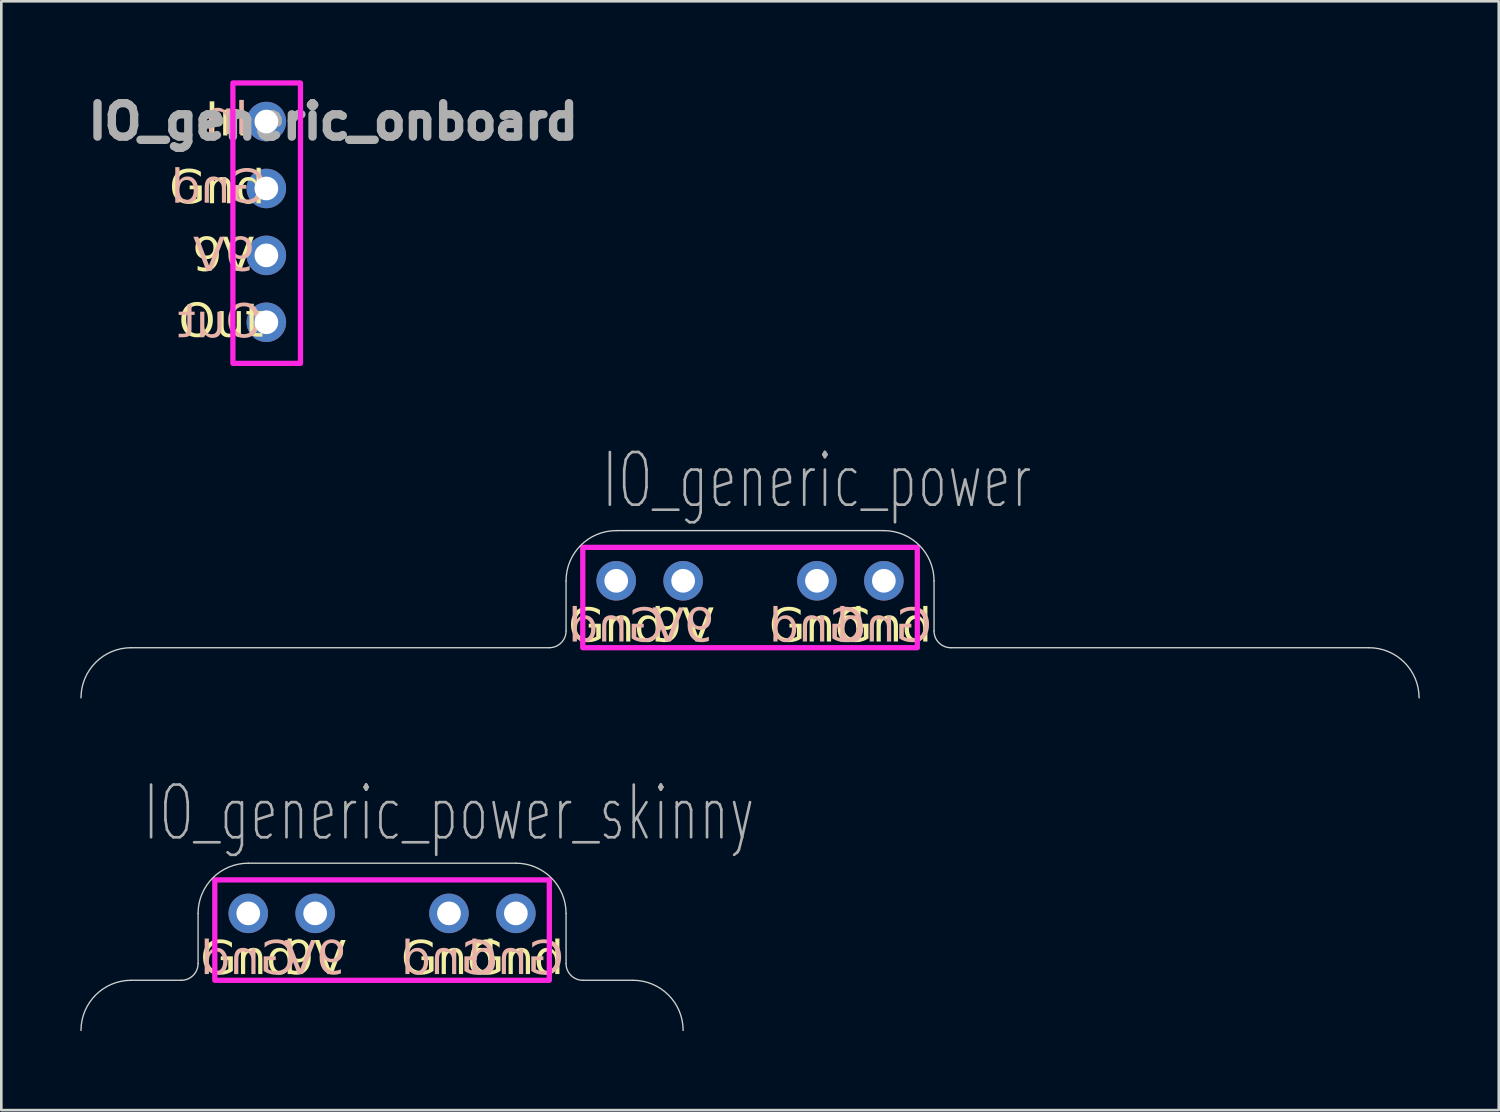
<source format=kicad_pcb>
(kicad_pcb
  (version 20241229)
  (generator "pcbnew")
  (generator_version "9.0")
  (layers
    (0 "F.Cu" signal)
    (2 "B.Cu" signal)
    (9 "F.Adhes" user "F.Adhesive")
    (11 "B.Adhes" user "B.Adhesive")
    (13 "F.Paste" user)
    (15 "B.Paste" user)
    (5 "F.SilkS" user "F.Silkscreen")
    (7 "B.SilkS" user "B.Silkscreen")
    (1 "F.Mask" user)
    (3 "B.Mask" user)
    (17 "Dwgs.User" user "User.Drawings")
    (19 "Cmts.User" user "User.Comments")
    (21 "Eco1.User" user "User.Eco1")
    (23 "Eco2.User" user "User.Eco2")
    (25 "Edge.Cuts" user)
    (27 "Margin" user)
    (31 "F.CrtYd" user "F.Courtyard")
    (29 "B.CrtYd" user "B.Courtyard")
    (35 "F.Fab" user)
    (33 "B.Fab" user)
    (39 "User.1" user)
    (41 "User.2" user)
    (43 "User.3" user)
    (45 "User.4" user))
  (footprint "IO_generic_power_skinny"
    (layer "F.Cu")
    (at 11.455 31.626)
    (property "Reference" "IO_generic_power_skinny" (at 2.54 -3.81 0) (unlocked yes) (layer "F.Fab") (effects (font (size 2 1.27) (thickness 0.1))))
    (attr through_hole)
    (fp_line (start -7.62 2.54) (end -9.525 2.54) (stroke (width 0.05) (type default)) (layer "Edge.Cuts"))
    (fp_line (start -6.985 0) (end -6.985 1.905) (stroke (width 0.05) (type default)) (layer "Edge.Cuts"))
    (fp_line (start 5.08 -1.905) (end -5.08 -1.905) (stroke (width 0.05) (type default)) (layer "Edge.Cuts"))
    (fp_line (start 6.985 1.905) (end 6.985 0) (stroke (width 0.05) (type default)) (layer "Edge.Cuts"))
    (fp_line (start 9.525 2.54) (end 7.62 2.54) (stroke (width 0.05) (type default)) (layer "Edge.Cuts"))
    (fp_arc (start -11.43 4.445) (mid -10.872038 3.097962) (end -9.525 2.54) (stroke (width 0.05) (type default)) (layer "Edge.Cuts"))
    (fp_arc (start -6.985 0) (mid -6.427038 -1.347038) (end -5.08 -1.905) (stroke (width 0.05) (type default)) (layer "Edge.Cuts"))
    (fp_arc (start -6.985 1.905) (mid -7.170987 2.354013) (end -7.62 2.54) (stroke (width 0.05) (type default)) (layer "Edge.Cuts"))
    (fp_arc (start 5.08 -1.905) (mid 6.427038 -1.347038) (end 6.985 0) (stroke (width 0.05) (type default)) (layer "Edge.Cuts"))
    (fp_arc (start 7.62 2.54) (mid 7.170987 2.354013) (end 6.985 1.905) (stroke (width 0.05) (type default)) (layer "Edge.Cuts"))
    (fp_arc (start 9.525 2.54) (mid 10.872038 3.097962) (end 11.43 4.445) (stroke (width 0.05) (type default)) (layer "Edge.Cuts"))
    (fp_rect (start -6.35 -1.27) (end 6.35 2.54) (stroke (width 0.2) (type default)) (fill no) (layer "F.CrtYd"))
    (fp_text user "9V" (at -2.54 1.778 0) (unlocked yes) (layer "F.SilkS") (effects (font (face "Milk Run") (size 1.27 1.27) (thickness 0.15))))
    (fp_text user "Gnd" (at 2.54 1.778 0) (unlocked yes) (layer "F.SilkS") (effects (font (face "Milk Run") (size 1.27 1.27) (thickness 0.15))))
    (fp_text user "Gnd" (at -5.08 1.778 0) (unlocked yes) (layer "F.SilkS") (effects (font (face "Milk Run") (size 1.27 1.27) (thickness 0.15))))
    (fp_text user "Gnd" (at 5.08 1.778 0) (unlocked yes) (layer "F.SilkS") (effects (font (face "Milk Run") (size 1.27 1.27) (thickness 0.15))))
    (fp_text user "9V" (at -2.54 1.778 0) (unlocked yes) (layer "B.SilkS") (effects (font (face "Milk Run") (size 1.27 1.27) (thickness 0.15)) (justify mirror)))
    (fp_text user "Gnd" (at 5.08 1.778 0) (unlocked yes) (layer "B.SilkS") (effects (font (face "Milk Run") (size 1.27 1.27) (thickness 0.15)) (justify mirror)))
    (fp_text user "Gnd" (at 2.54 1.778 0) (unlocked yes) (layer "B.SilkS") (effects (font (face "Milk Run") (size 1.27 1.27) (thickness 0.15)) (justify mirror)))
    (fp_text user "Gnd" (at -5.08 1.778 0) (unlocked yes) (layer "B.SilkS") (effects (font (face "Milk Run") (size 1.27 1.27) (thickness 0.15)) (justify mirror)))
    (pad "1" thru_hole circle (at -2.54 0) (size 1.5 1.5) (drill 0.9) (layers "*.Cu" "*.Mask"))
    (pad "2" thru_hole circle (at -5.08 0) (size 1.5 1.5) (drill 0.9) (layers "*.Cu" "*.Mask"))
    (pad "2" thru_hole circle (at 2.54 0) (size 1.5 1.5) (drill 0.9) (layers "*.Cu" "*.Mask"))
    (pad "2" thru_hole circle (at 5.08 0) (size 1.5 1.5) (drill 0.9) (layers "*.Cu" "*.Mask")))
  (footprint "IO_generic_power"
    (layer "F.Cu")
    (at 25.425 19)
    (property "Reference" "IO_generic_power" (at 2.54 -3.81 0) (unlocked yes) (layer "F.Fab") (effects (font (size 2 1.27) (thickness 0.1))))
    (attr through_hole)
    (fp_line (start -7.62 2.54) (end -23.495 2.54) (stroke (width 0.05) (type default)) (layer "Edge.Cuts"))
    (fp_line (start -6.985 0) (end -6.985 1.905) (stroke (width 0.05) (type default)) (layer "Edge.Cuts"))
    (fp_line (start 5.08 -1.905) (end -5.08 -1.905) (stroke (width 0.05) (type default)) (layer "Edge.Cuts"))
    (fp_line (start 6.985 1.905) (end 6.985 0) (stroke (width 0.05) (type default)) (layer "Edge.Cuts"))
    (fp_line (start 23.495 2.54) (end 7.62 2.54) (stroke (width 0.05) (type default)) (layer "Edge.Cuts"))
    (fp_arc (start -25.4 4.445) (mid -24.842038 3.097962) (end -23.495 2.54) (stroke (width 0.05) (type default)) (layer "Edge.Cuts"))
    (fp_arc (start -6.985 0) (mid -6.427038 -1.347038) (end -5.08 -1.905) (stroke (width 0.05) (type default)) (layer "Edge.Cuts"))
    (fp_arc (start -6.985 1.905) (mid -7.170987 2.354013) (end -7.62 2.54) (stroke (width 0.05) (type default)) (layer "Edge.Cuts"))
    (fp_arc (start 5.08 -1.905) (mid 6.427038 -1.347038) (end 6.985 0) (stroke (width 0.05) (type default)) (layer "Edge.Cuts"))
    (fp_arc (start 7.62 2.54) (mid 7.170987 2.354013) (end 6.985 1.905) (stroke (width 0.05) (type default)) (layer "Edge.Cuts"))
    (fp_arc (start 23.495 2.54) (mid 24.842038 3.097962) (end 25.4 4.445) (stroke (width 0.05) (type default)) (layer "Edge.Cuts"))
    (fp_rect (start -6.35 -1.27) (end 6.35 2.54) (stroke (width 0.2) (type default)) (fill no) (layer "F.CrtYd"))
    (fp_text user "Gnd" (at 5.08 1.778 0) (unlocked yes) (layer "F.SilkS") (effects (font (face "Milk Run") (size 1.27 1.27) (thickness 0.15))))
    (fp_text user "9V" (at -2.54 1.778 0) (unlocked yes) (layer "F.SilkS") (effects (font (face "Milk Run") (size 1.27 1.27) (thickness 0.15))))
    (fp_text user "Gnd" (at -5.08 1.778 0) (unlocked yes) (layer "F.SilkS") (effects (font (face "Milk Run") (size 1.27 1.27) (thickness 0.15))))
    (fp_text user "Gnd" (at 2.54 1.778 0) (unlocked yes) (layer "F.SilkS") (effects (font (face "Milk Run") (size 1.27 1.27) (thickness 0.15))))
    (fp_text user "Gnd" (at 2.54 1.778 0) (unlocked yes) (layer "B.SilkS") (effects (font (face "Milk Run") (size 1.27 1.27) (thickness 0.15)) (justify mirror)))
    (fp_text user "9V" (at -2.54 1.778 0) (unlocked yes) (layer "B.SilkS") (effects (font (face "Milk Run") (size 1.27 1.27) (thickness 0.15)) (justify mirror)))
    (fp_text user "Gnd" (at -5.08 1.778 0) (unlocked yes) (layer "B.SilkS") (effects (font (face "Milk Run") (size 1.27 1.27) (thickness 0.15)) (justify mirror)))
    (fp_text user "Gnd" (at 5.08 1.778 0) (unlocked yes) (layer "B.SilkS") (effects (font (face "Milk Run") (size 1.27 1.27) (thickness 0.15)) (justify mirror)))
    (pad "1" thru_hole circle (at -2.54 0) (size 1.5 1.5) (drill 0.9) (layers "*.Cu" "*.Mask"))
    (pad "2" thru_hole circle (at -5.08 0) (size 1.5 1.5) (drill 0.9) (layers "*.Cu" "*.Mask"))
    (pad "2" thru_hole circle (at 2.54 0) (size 1.5 1.5) (drill 0.9) (layers "*.Cu" "*.Mask"))
    (pad "2" thru_hole circle (at 5.08 0) (size 1.5 1.5) (drill 0.9) (layers "*.Cu" "*.Mask")))
  (footprint "IO_generic_onboard"
    (layer "F.Cu")
    (at 7.062 5.375)
    (property "Reference" "IO_generic_onboard" (at 2.54 -3.81 0) (unlocked yes) (layer "F.Fab") (effects (font (size 1.27 1.27) (thickness 0.318))))
    (attr through_hole)
    (fp_rect (start -1.27 -5.275) (end 1.295 5.37) (stroke (width 0.2) (type default)) (fill no) (layer "F.CrtYd"))
    (fp_text user "In" (at -1.5 -3.81 0) (unlocked yes) (layer "F.SilkS") (effects (font (face "Milk Run") (size 1.27 1.27) (thickness 1.27))))
    (fp_text user "9V" (at -1.633 1.33 0) (unlocked yes) (layer "F.SilkS") (effects (font (face "Milk Run") (size 1.27 1.27) (thickness 1.27))))
    (fp_text user "Out" (at -1.719 3.83 0) (unlocked yes) (layer "F.SilkS") (effects (font (face "Milk Run") (size 1.27 1.27) (thickness 0.318))))
    (fp_text user "Gnd" (at -1.868 -1.235 0) (unlocked yes) (layer "F.SilkS") (effects (font (face "Milk Run") (size 1.27 1.27) (thickness 1.27))))
    (fp_text user "Gnd" (at -1.804 -1.256 0) (unlocked yes) (layer "B.SilkS") (effects (font (face "Milk Run") (size 1.27 1.27) (thickness 1.27)) (justify mirror)))
    (fp_text user "In" (at -1.505 -3.864 0) (unlocked yes) (layer "B.SilkS") (effects (font (face "Milk Run") (size 1.27 1.27) (thickness 1.27)) (justify mirror)))
    (fp_text user "9V" (at -1.612 1.33 0) (unlocked yes) (layer "B.SilkS") (effects (font (face "Milk Run") (size 1.27 1.27) (thickness 1.27)) (justify mirror)))
    (fp_text user "Out" (at -1.761 3.852 0) (unlocked yes) (layer "B.SilkS") (effects (font (face "Milk Run") (size 1.27 1.27) (thickness 1.27)) (justify mirror)))
    (pad "1" thru_hole circle (at 0 -3.81) (size 1.5 1.5) (drill 0.9) (layers "*.Cu" "*.Mask"))
    (pad "2" thru_hole circle (at 0 -1.27) (size 1.5 1.5) (drill 0.9) (layers "*.Cu" "*.Mask"))
    (pad "3" thru_hole circle (at 0 1.27) (size 1.5 1.5) (drill 0.9) (layers "*.Cu" "*.Mask"))
    (pad "4" thru_hole circle (at 0 3.81) (size 1.5 1.5) (drill 0.9) (layers "*.Cu" "*.Mask")))
  (gr_rect
    (start -3 -3)
    (end 53.85 39.096)
    (stroke (width 0.1) (type default))
    (fill no)
    (layer "Edge.Cuts")))
</source>
